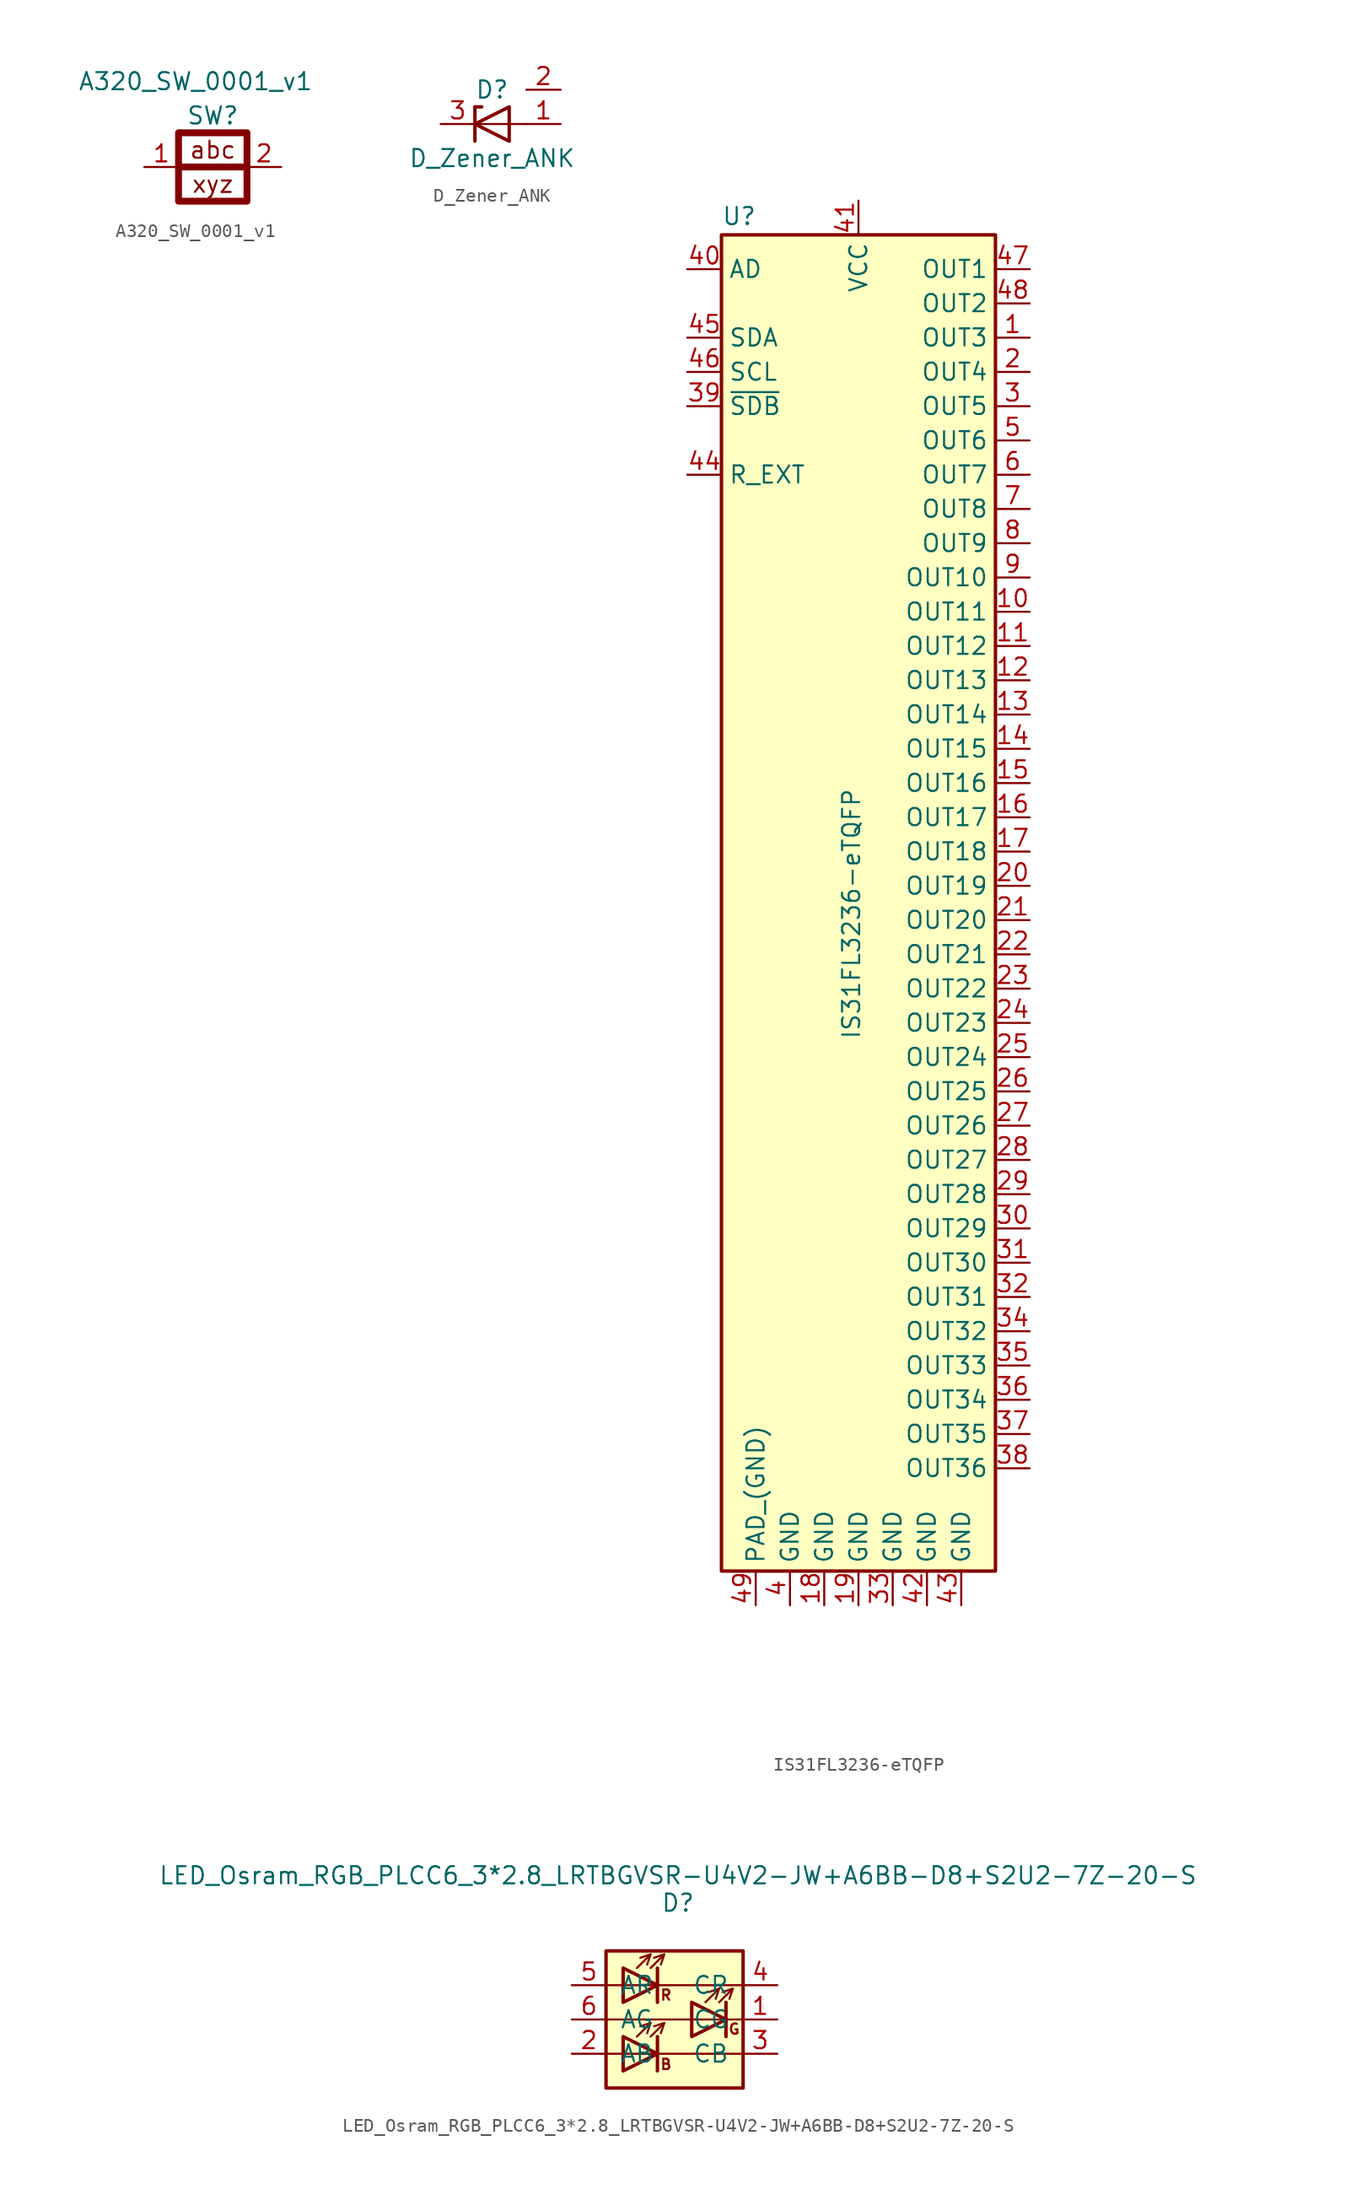
<source format=kicad_sym>
(kicad_symbol_lib
  (version 20220914)
  (generator kicad_symbol_editor)
  (symbol "A320_SW_0001_v1"
    (pin_names
      (offset 1.016))
    (property "Reference" "SW"
      (at 1.27 11.43 0)
      (effects (font (size 1.27 1.27))))
    (property "Value" "A320_SW_0001_v1"
      (at 0 13.97 0)
      (effects (font (size 1.27 1.27))))
    (symbol "A320_SW_0001_v1_0_0"
      (text "abc" (at 1.27 8.89 0) (effects (font (size 1.27 1.27))))
      (text "xyz" (at 1.27 6.35 0) (effects (font (size 1.27 1.27)))))
    (symbol "A320_SW_0001_v1_0_1"
      (rectangle (start -1.27 10.16) (end 3.81 5.08) (stroke (width 0.508) (type default)) (fill (type none)))
      (rectangle (start 3.81 7.62) (end -1.27 7.62) (stroke (width 0.508) (type default)) (fill (type none))))
    (symbol "A320_SW_0001_v1_1_1"
      (pin passive line (at -3.81 7.62 0) (length 2.54) (name "~" (effects (font (size 1.27 1.27)))) (number "1" (effects (font (size 1.27 1.27)))))
      (pin passive line (at 6.35 7.62 180) (length 2.54) (name "~" (effects (font (size 1.27 1.27)))) (number "2" (effects (font (size 1.27 1.27)))))))
  (symbol "D_Zener_ANK"
    (pin_names
      (offset 0) hide)
    (property "Reference" "D"
      (at 0 2.54 0)
      (effects (font (size 1.27 1.27))))
    (property "Value" "D_Zener_ANK"
      (at 0 -2.54 0)
      (effects (font (size 1.27 1.27))))
    (symbol "D_Zener_ANK_0_1"
      (polyline (pts (xy -1.27 0) (xy 2.54 0)) (stroke (width 0) (type default)) (fill (type none)))
      (polyline (pts (xy -1.27 1.27) (xy -1.27 -1.27)) (stroke (width 0.254) (type default)) (fill (type none)))
      (polyline (pts (xy 1.27 1.27) (xy 1.27 -1.27) (xy -1.27 0) (xy 1.27 1.27)) (stroke (width 0.254) (type default)) (fill (type none))))
    (symbol "D_Zener_ANK_1_1"
      (polyline (pts (xy -1.27 1.27) (xy -0.762 1.27)) (stroke (width 0.254) (type default)) (fill (type none)))
      (pin passive line (at 5.08 0 180) (length 2.54) (name "A" (effects (font (size 1.27 1.27)))) (number "1" (effects (font (size 1.27 1.27)))))
      (pin passive line (at 5.08 2.54 180) (length 2.54) (name "A" (effects (font (size 1.27 1.27)))) (number "2" (effects (font (size 1.27 1.27)))))
      (pin passive line (at -3.81 0 0) (length 2.54) (name "K" (effects (font (size 1.27 1.27)))) (number "3" (effects (font (size 1.27 1.27)))))))
  (symbol "IS31FL3236-eTQFP"
    (property "Reference" "U"
      (at -10.16 26.035 0)
      (effects (font (size 1.27 1.27)) (justify left bottom)))
    (property "Value" "IS31FL3236-eTQFP"
      (at -1.27 -34.29 90)
      (effects (font (size 1.27 1.27)) (justify left top)))
    (symbol "IS31FL3236-eTQFP_0_1"
      (rectangle (start -10.16 25.4) (end 10.16 -73.66) (stroke (width 0.254) (type default)) (fill (type background))))
    (symbol "IS31FL3236-eTQFP_1_1"
      (pin open_collector line (at 12.7 17.78 180) (length 2.54) (name "OUT3" (effects (font (size 1.27 1.27)))) (number "1" (effects (font (size 1.27 1.27)))))
      (pin open_collector line (at 12.7 -2.54 180) (length 2.54) (name "OUT11" (effects (font (size 1.27 1.27)))) (number "10" (effects (font (size 1.27 1.27)))))
      (pin open_collector line (at 12.7 -5.08 180) (length 2.54) (name "OUT12" (effects (font (size 1.27 1.27)))) (number "11" (effects (font (size 1.27 1.27)))))
      (pin open_collector line (at 12.7 -7.62 180) (length 2.54) (name "OUT13" (effects (font (size 1.27 1.27)))) (number "12" (effects (font (size 1.27 1.27)))))
      (pin open_collector line (at 12.7 -10.16 180) (length 2.54) (name "OUT14" (effects (font (size 1.27 1.27)))) (number "13" (effects (font (size 1.27 1.27)))))
      (pin open_collector line (at 12.7 -12.7 180) (length 2.54) (name "OUT15" (effects (font (size 1.27 1.27)))) (number "14" (effects (font (size 1.27 1.27)))))
      (pin open_collector line (at 12.7 -15.24 180) (length 2.54) (name "OUT16" (effects (font (size 1.27 1.27)))) (number "15" (effects (font (size 1.27 1.27)))))
      (pin open_collector line (at 12.7 -17.78 180) (length 2.54) (name "OUT17" (effects (font (size 1.27 1.27)))) (number "16" (effects (font (size 1.27 1.27)))))
      (pin open_collector line (at 12.7 -20.32 180) (length 2.54) (name "OUT18" (effects (font (size 1.27 1.27)))) (number "17" (effects (font (size 1.27 1.27)))))
      (pin power_in line (at -2.54 -76.2 90) (length 2.54) (name "GND" (effects (font (size 1.27 1.27)))) (number "18" (effects (font (size 1.27 1.27)))))
      (pin power_in line (at 0 -76.2 90) (length 2.54) (name "GND" (effects (font (size 1.27 1.27)))) (number "19" (effects (font (size 1.27 1.27)))))
      (pin open_collector line (at 12.7 15.24 180) (length 2.54) (name "OUT4" (effects (font (size 1.27 1.27)))) (number "2" (effects (font (size 1.27 1.27)))))
      (pin open_collector line (at 12.7 -22.86 180) (length 2.54) (name "OUT19" (effects (font (size 1.27 1.27)))) (number "20" (effects (font (size 1.27 1.27)))))
      (pin open_collector line (at 12.7 -25.4 180) (length 2.54) (name "OUT20" (effects (font (size 1.27 1.27)))) (number "21" (effects (font (size 1.27 1.27)))))
      (pin open_collector line (at 12.7 -27.94 180) (length 2.54) (name "OUT21" (effects (font (size 1.27 1.27)))) (number "22" (effects (font (size 1.27 1.27)))))
      (pin open_collector line (at 12.7 -30.48 180) (length 2.54) (name "OUT22" (effects (font (size 1.27 1.27)))) (number "23" (effects (font (size 1.27 1.27)))))
      (pin open_collector line (at 12.7 -33.02 180) (length 2.54) (name "OUT23" (effects (font (size 1.27 1.27)))) (number "24" (effects (font (size 1.27 1.27)))))
      (pin open_collector line (at 12.7 -35.56 180) (length 2.54) (name "OUT24" (effects (font (size 1.27 1.27)))) (number "25" (effects (font (size 1.27 1.27)))))
      (pin open_collector line (at 12.7 -38.1 180) (length 2.54) (name "OUT25" (effects (font (size 1.27 1.27)))) (number "26" (effects (font (size 1.27 1.27)))))
      (pin open_collector line (at 12.7 -40.64 180) (length 2.54) (name "OUT26" (effects (font (size 1.27 1.27)))) (number "27" (effects (font (size 1.27 1.27)))))
      (pin open_collector line (at 12.7 -43.18 180) (length 2.54) (name "OUT27" (effects (font (size 1.27 1.27)))) (number "28" (effects (font (size 1.27 1.27)))))
      (pin open_collector line (at 12.7 -45.72 180) (length 2.54) (name "OUT28" (effects (font (size 1.27 1.27)))) (number "29" (effects (font (size 1.27 1.27)))))
      (pin open_collector line (at 12.7 12.7 180) (length 2.54) (name "OUT5" (effects (font (size 1.27 1.27)))) (number "3" (effects (font (size 1.27 1.27)))))
      (pin open_collector line (at 12.7 -48.26 180) (length 2.54) (name "OUT29" (effects (font (size 1.27 1.27)))) (number "30" (effects (font (size 1.27 1.27)))))
      (pin open_collector line (at 12.7 -50.8 180) (length 2.54) (name "OUT30" (effects (font (size 1.27 1.27)))) (number "31" (effects (font (size 1.27 1.27)))))
      (pin open_collector line (at 12.7 -53.34 180) (length 2.54) (name "OUT31" (effects (font (size 1.27 1.27)))) (number "32" (effects (font (size 1.27 1.27)))))
      (pin power_in line (at 2.54 -76.2 90) (length 2.54) (name "GND" (effects (font (size 1.27 1.27)))) (number "33" (effects (font (size 1.27 1.27)))))
      (pin open_collector line (at 12.7 -55.88 180) (length 2.54) (name "OUT32" (effects (font (size 1.27 1.27)))) (number "34" (effects (font (size 1.27 1.27)))))
      (pin open_collector line (at 12.7 -58.42 180) (length 2.54) (name "OUT33" (effects (font (size 1.27 1.27)))) (number "35" (effects (font (size 1.27 1.27)))))
      (pin open_collector line (at 12.7 -60.96 180) (length 2.54) (name "OUT34" (effects (font (size 1.27 1.27)))) (number "36" (effects (font (size 1.27 1.27)))))
      (pin open_collector line (at 12.7 -63.5 180) (length 2.54) (name "OUT35" (effects (font (size 1.27 1.27)))) (number "37" (effects (font (size 1.27 1.27)))))
      (pin open_collector line (at 12.7 -66.04 180) (length 2.54) (name "OUT36" (effects (font (size 1.27 1.27)))) (number "38" (effects (font (size 1.27 1.27)))))
      (pin input line (at -12.7 12.7 0) (length 2.54) (name "~{SDB}" (effects (font (size 1.27 1.27)))) (number "39" (effects (font (size 1.27 1.27)))))
      (pin power_in line (at -5.08 -76.2 90) (length 2.54) (name "GND" (effects (font (size 1.27 1.27)))) (number "4" (effects (font (size 1.27 1.27)))))
      (pin passive line (at -12.7 22.86 0) (length 2.54) (name "AD" (effects (font (size 1.27 1.27)))) (number "40" (effects (font (size 1.27 1.27)))))
      (pin power_in line (at 0 27.94 270) (length 2.54) (name "VCC" (effects (font (size 1.27 1.27)))) (number "41" (effects (font (size 1.27 1.27)))))
      (pin power_in line (at 5.08 -76.2 90) (length 2.54) (name "GND" (effects (font (size 1.27 1.27)))) (number "42" (effects (font (size 1.27 1.27)))))
      (pin power_in line (at 7.62 -76.2 90) (length 2.54) (name "GND" (effects (font (size 1.27 1.27)))) (number "43" (effects (font (size 1.27 1.27)))))
      (pin passive line (at -12.7 7.62 0) (length 2.54) (name "R_EXT" (effects (font (size 1.27 1.27)))) (number "44" (effects (font (size 1.27 1.27)))))
      (pin bidirectional line (at -12.7 17.78 0) (length 2.54) (name "SDA" (effects (font (size 1.27 1.27)))) (number "45" (effects (font (size 1.27 1.27)))))
      (pin input line (at -12.7 15.24 0) (length 2.54) (name "SCL" (effects (font (size 1.27 1.27)))) (number "46" (effects (font (size 1.27 1.27)))))
      (pin open_collector line (at 12.7 22.86 180) (length 2.54) (name "OUT1" (effects (font (size 1.27 1.27)))) (number "47" (effects (font (size 1.27 1.27)))))
      (pin open_collector line (at 12.7 20.32 180) (length 2.54) (name "OUT2" (effects (font (size 1.27 1.27)))) (number "48" (effects (font (size 1.27 1.27)))))
      (pin passive line (at -7.62 -76.2 90) (length 2.54) (name "PAD_(GND)" (effects (font (size 1.27 1.27)))) (number "49" (effects (font (size 1.27 1.27)))))
      (pin open_collector line (at 12.7 10.16 180) (length 2.54) (name "OUT6" (effects (font (size 1.27 1.27)))) (number "5" (effects (font (size 1.27 1.27)))))
      (pin open_collector line (at 12.7 7.62 180) (length 2.54) (name "OUT7" (effects (font (size 1.27 1.27)))) (number "6" (effects (font (size 1.27 1.27)))))
      (pin open_collector line (at 12.7 5.08 180) (length 2.54) (name "OUT8" (effects (font (size 1.27 1.27)))) (number "7" (effects (font (size 1.27 1.27)))))
      (pin open_collector line (at 12.7 2.54 180) (length 2.54) (name "OUT9" (effects (font (size 1.27 1.27)))) (number "8" (effects (font (size 1.27 1.27)))))
      (pin open_collector line (at 12.7 0 180) (length 2.54) (name "OUT10" (effects (font (size 1.27 1.27)))) (number "9" (effects (font (size 1.27 1.27)))))))
  (symbol "LED_Osram_RGB_PLCC6_3*2.8_LRTBGVSR-U4V2-JW+A6BB-D8+S2U2-7Z-20-S"
    (pin_names
      (offset 1.016))
    (property "Reference" "D"
      (at -0.254 6.858 0)
      (effects (font (size 1.27 1.27))))
    (property "Value" "LED_Osram_RGB_PLCC6_3*2.8_LRTBGVSR-U4V2-JW+A6BB-D8+S2U2-7Z-20-S"
      (at -0.254 8.89 0)
      (effects (font (size 1.27 1.27))))
    (symbol "LED_Osram_RGB_PLCC6_3*2.8_LRTBGVSR-U4V2-JW+A6BB-D8+S2U2-7Z-20-S_1_1"
      (rectangle (start -5.588 3.302) (end 4.572 -6.858) (stroke (width 0.254) (type default)) (fill (type background)))
      (polyline (pts (xy -5.588 -4.318) (xy 4.572 -4.318)) (stroke (width 0) (type default)) (fill (type none)))
      (polyline (pts (xy -5.588 -1.778) (xy 4.572 -1.778)) (stroke (width 0) (type default)) (fill (type none)))
      (polyline (pts (xy -5.588 0.762) (xy 4.572 0.762)) (stroke (width 0) (type default)) (fill (type none)))
      (polyline (pts (xy -3.302 -3.048) (xy -2.286 -2.032)) (stroke (width 0) (type default)) (fill (type none)))
      (polyline (pts (xy -3.302 2.032) (xy -2.286 3.048)) (stroke (width 0) (type default)) (fill (type none)))
      (polyline (pts (xy -2.286 -3.048) (xy -1.27 -2.032)) (stroke (width 0) (type default)) (fill (type none)))
      (polyline (pts (xy -2.286 2.032) (xy -1.27 3.048)) (stroke (width 0) (type default)) (fill (type none)))
      (polyline (pts (xy -1.778 -3.048) (xy -1.778 -5.588)) (stroke (width 0.254) (type default)) (fill (type none)))
      (polyline (pts (xy -1.778 2.032) (xy -1.778 -0.508)) (stroke (width 0.254) (type default)) (fill (type none)))
      (polyline (pts (xy 1.778 -0.508) (xy 2.794 0.508)) (stroke (width 0) (type default)) (fill (type none)))
      (polyline (pts (xy 2.794 -0.508) (xy 3.81 0.508)) (stroke (width 0) (type default)) (fill (type none)))
      (polyline (pts (xy 3.302 -0.508) (xy 3.302 -3.048)) (stroke (width 0.254) (type default)) (fill (type none)))
      (polyline (pts (xy -3.048 2.794) (xy -2.286 3.048) (xy -2.54 2.286)) (stroke (width 0) (type default)) (fill (type none)))
      (polyline (pts (xy -2.54 -2.794) (xy -2.286 -2.032) (xy -3.048 -2.286)) (stroke (width 0) (type default)) (fill (type none)))
      (polyline (pts (xy -2.032 -2.286) (xy -1.27 -2.032) (xy -1.524 -2.794)) (stroke (width 0) (type default)) (fill (type none)))
      (polyline (pts (xy -2.032 2.794) (xy -1.27 3.048) (xy -1.524 2.286)) (stroke (width 0) (type default)) (fill (type none)))
      (polyline (pts (xy 2.54 -0.254) (xy 2.794 0.508) (xy 2.032 0.254)) (stroke (width 0) (type default)) (fill (type none)))
      (polyline (pts (xy 3.048 0.254) (xy 3.81 0.508) (xy 3.556 -0.254)) (stroke (width 0) (type default)) (fill (type none)))
      (polyline (pts (xy -4.318 -3.048) (xy -4.318 -5.588) (xy -1.778 -4.318) (xy -4.318 -3.048)) (stroke (width 0.254) (type default)) (fill (type none)))
      (polyline (pts (xy -4.318 2.032) (xy -4.318 -0.508) (xy -1.778 0.762) (xy -4.318 2.032)) (stroke (width 0.254) (type default)) (fill (type none)))
      (polyline (pts (xy 0.762 -0.508) (xy 0.762 -3.048) (xy 3.302 -1.778) (xy 0.762 -0.508)) (stroke (width 0.254) (type default)) (fill (type none)))
      (text "B" (at -1.143 -5.105 0) (effects (font (size 0.762 0.762))))
      (text "G" (at 3.912 -2.489 0) (effects (font (size 0.762 0.762))))
      (text "R" (at -1.143 0.025 0) (effects (font (size 0.762 0.762))))
      (pin passive line (at 7.112 -1.778 180) (length 2.54) (name "CG" (effects (font (size 1.27 1.27)))) (number "1" (effects (font (size 1.27 1.27)))))
      (pin passive line (at -8.128 -4.318 0) (length 2.54) (name "AB" (effects (font (size 1.27 1.27)))) (number "2" (effects (font (size 1.27 1.27)))))
      (pin passive line (at 7.112 -4.318 180) (length 2.54) (name "CB" (effects (font (size 1.27 1.27)))) (number "3" (effects (font (size 1.27 1.27)))))
      (pin passive line (at 7.112 0.762 180) (length 2.54) (name "CR" (effects (font (size 1.27 1.27)))) (number "4" (effects (font (size 1.27 1.27)))))
      (pin passive line (at -8.128 0.762 0) (length 2.54) (name "AR" (effects (font (size 1.27 1.27)))) (number "5" (effects (font (size 1.27 1.27)))))
      (pin passive line (at -8.128 -1.778 0) (length 2.54) (name "AG" (effects (font (size 1.27 1.27)))) (number "6" (effects (font (size 1.27 1.27))))))))
</source>
